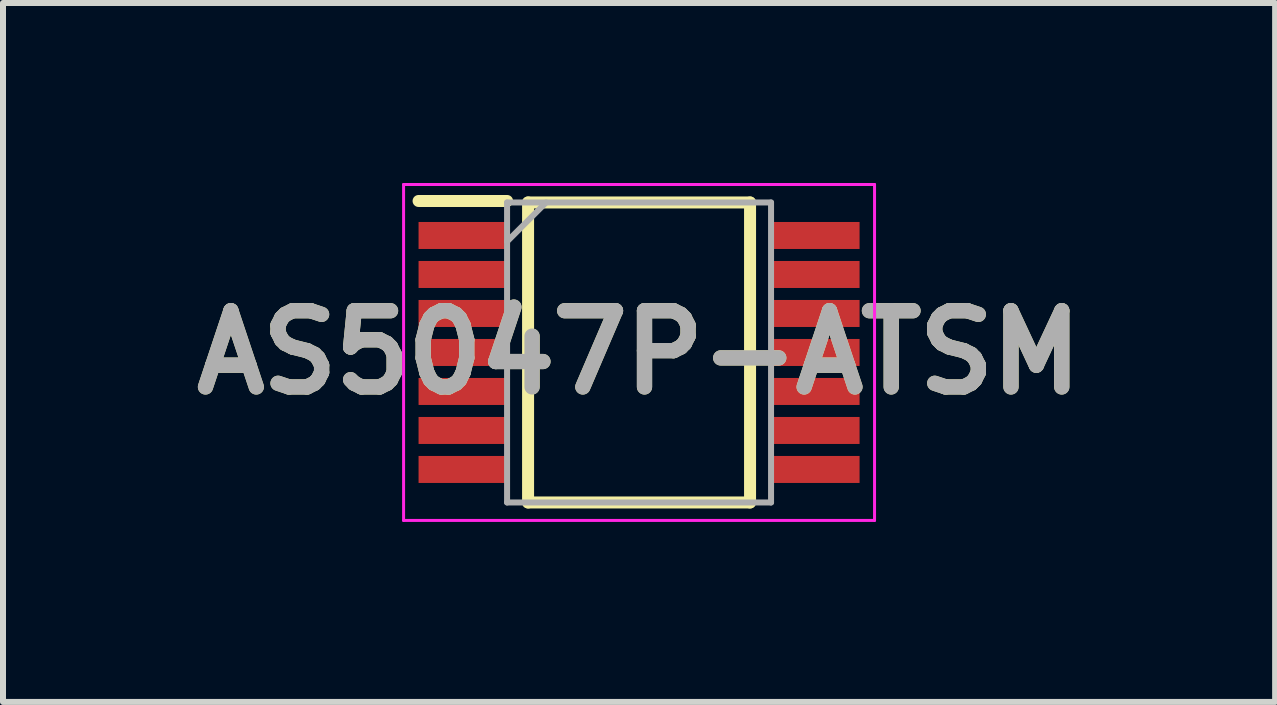
<source format=kicad_pcb>
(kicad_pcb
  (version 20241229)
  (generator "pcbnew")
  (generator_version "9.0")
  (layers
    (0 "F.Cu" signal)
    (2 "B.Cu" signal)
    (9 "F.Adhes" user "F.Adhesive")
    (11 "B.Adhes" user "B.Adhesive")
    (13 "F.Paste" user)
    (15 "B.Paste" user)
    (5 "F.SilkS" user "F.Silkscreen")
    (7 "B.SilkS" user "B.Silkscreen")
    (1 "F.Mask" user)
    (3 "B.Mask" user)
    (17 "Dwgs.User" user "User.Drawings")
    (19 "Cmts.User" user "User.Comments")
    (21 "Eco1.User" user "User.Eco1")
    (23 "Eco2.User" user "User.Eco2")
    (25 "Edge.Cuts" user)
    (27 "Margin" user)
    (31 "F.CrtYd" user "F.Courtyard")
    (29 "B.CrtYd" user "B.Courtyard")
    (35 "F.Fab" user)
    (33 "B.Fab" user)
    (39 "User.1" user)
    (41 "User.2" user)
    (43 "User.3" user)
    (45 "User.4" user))
  (footprint "AS5047P-ATSM"
    (layer "F.Cu")
    (at 7.602 2.825)
    (property "Reference" "AS5047P-ATSM" (at 0 0 0) (layer "F.SilkS") (effects (font (size 1.27 1.27) (thickness 0.254))))
    (attr smd)
    (fp_line (start -3.675 -2.525) (end -2.2 -2.525) (stroke (width 0.2) (type solid)) (layer "F.SilkS"))
    (fp_line (start -1.85 -2.5) (end 1.85 -2.5) (stroke (width 0.2) (type solid)) (layer "F.SilkS"))
    (fp_line (start -1.85 2.5) (end -1.85 -2.5) (stroke (width 0.2) (type solid)) (layer "F.SilkS"))
    (fp_line (start 1.85 -2.5) (end 1.85 2.5) (stroke (width 0.2) (type solid)) (layer "F.SilkS"))
    (fp_line (start 1.85 2.5) (end -1.85 2.5) (stroke (width 0.2) (type solid)) (layer "F.SilkS"))
    (fp_line (start -3.925 -2.8) (end 3.925 -2.8) (stroke (width 0.05) (type solid)) (layer "F.CrtYd"))
    (fp_line (start -3.925 2.8) (end -3.925 -2.8) (stroke (width 0.05) (type solid)) (layer "F.CrtYd"))
    (fp_line (start 3.925 -2.8) (end 3.925 2.8) (stroke (width 0.05) (type solid)) (layer "F.CrtYd"))
    (fp_line (start 3.925 2.8) (end -3.925 2.8) (stroke (width 0.05) (type solid)) (layer "F.CrtYd"))
    (fp_line (start -2.2 -2.5) (end 2.2 -2.5) (stroke (width 0.1) (type solid)) (layer "F.Fab"))
    (fp_line (start -2.2 -1.85) (end -1.55 -2.5) (stroke (width 0.1) (type solid)) (layer "F.Fab"))
    (fp_line (start -2.2 2.5) (end -2.2 -2.5) (stroke (width 0.1) (type solid)) (layer "F.Fab"))
    (fp_line (start 2.2 -2.5) (end 2.2 2.5) (stroke (width 0.1) (type solid)) (layer "F.Fab"))
    (fp_line (start 2.2 2.5) (end -2.2 2.5) (stroke (width 0.1) (type solid)) (layer "F.Fab"))
    (fp_text user "${REFERENCE}" (at 0 0 0) (layer "F.Fab") (effects (font (size 1.27 1.27) (thickness 0.254))))
    (pad "1" smd rect (at -2.938 -1.95 90) (size 0.45 1.475) (layers "F.Cu" "F.Mask" "F.Paste"))
    (pad "2" smd rect (at -2.938 -1.3 90) (size 0.45 1.475) (layers "F.Cu" "F.Mask" "F.Paste"))
    (pad "3" smd rect (at -2.938 -0.65 90) (size 0.45 1.475) (layers "F.Cu" "F.Mask" "F.Paste"))
    (pad "4" smd rect (at -2.938 0 90) (size 0.45 1.475) (layers "F.Cu" "F.Mask" "F.Paste"))
    (pad "5" smd rect (at -2.938 0.65 90) (size 0.45 1.475) (layers "F.Cu" "F.Mask" "F.Paste"))
    (pad "6" smd rect (at -2.938 1.3 90) (size 0.45 1.475) (layers "F.Cu" "F.Mask" "F.Paste"))
    (pad "7" smd rect (at -2.938 1.95 90) (size 0.45 1.475) (layers "F.Cu" "F.Mask" "F.Paste"))
    (pad "8" smd rect (at 2.938 1.95 90) (size 0.45 1.475) (layers "F.Cu" "F.Mask" "F.Paste"))
    (pad "9" smd rect (at 2.938 1.3 90) (size 0.45 1.475) (layers "F.Cu" "F.Mask" "F.Paste"))
    (pad "10" smd rect (at 2.938 0.65 90) (size 0.45 1.475) (layers "F.Cu" "F.Mask" "F.Paste"))
    (pad "11" smd rect (at 2.938 0 90) (size 0.45 1.475) (layers "F.Cu" "F.Mask" "F.Paste"))
    (pad "12" smd rect (at 2.938 -0.65 90) (size 0.45 1.475) (layers "F.Cu" "F.Mask" "F.Paste"))
    (pad "13" smd rect (at 2.938 -1.3 90) (size 0.45 1.475) (layers "F.Cu" "F.Mask" "F.Paste"))
    (pad "14" smd rect (at 2.938 -1.95 90) (size 0.45 1.475) (layers "F.Cu" "F.Mask" "F.Paste")))
  (gr_rect
    (start -3 -3)
    (end 18.204 8.65)
    (stroke (width 0.1) (type default))
    (fill no)
    (layer "Edge.Cuts")))
</source>
